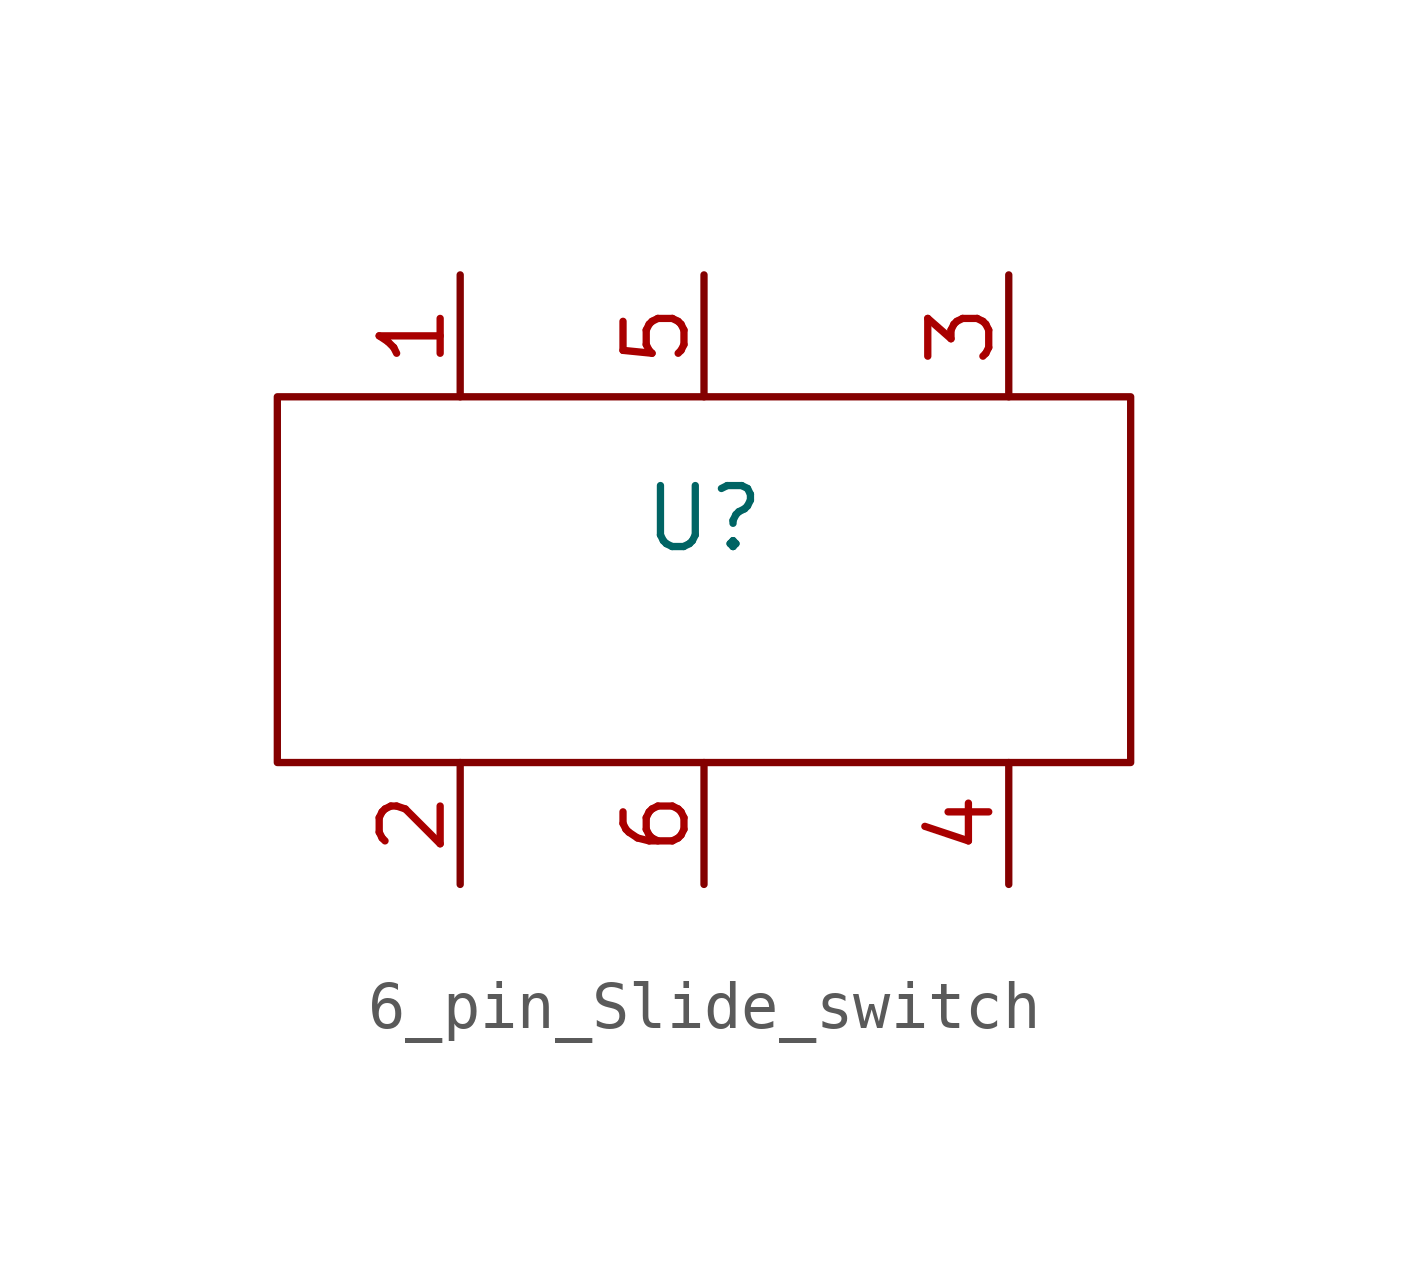
<source format=kicad_sym>
(kicad_symbol_lib
  (version 20231120)
  (generator "kicad_symbol_editor")
  (generator_version "8.0")
  (symbol "6_pin_Slide_switch"
    (property "Reference" "U"
      (at 0 0 0)
      (effects (font (size 1.27 1.27))))
    (property "Value" ""
      (at 0 0 0)
      (effects (font (size 1.27 1.27))))
    (symbol "6_pin_Slide_switch_0_1"
      (rectangle (start -8.89 2.54) (end 8.89 -5.08) (stroke (width 0) (type default)) (fill (type none))))
    (symbol "6_pin_Slide_switch_1_1"
      (pin input line (at -5.08 5.08 270) (length 2.54) (name "" (effects (font (size 1.27 1.27)))) (number "1" (effects (font (size 1.27 1.27)))))
      (pin input line (at -5.08 -7.62 90) (length 2.54) (name "" (effects (font (size 1.27 1.27)))) (number "2" (effects (font (size 1.27 1.27)))))
      (pin input line (at 6.35 5.08 270) (length 2.54) (name "" (effects (font (size 1.27 1.27)))) (number "3" (effects (font (size 1.27 1.27)))))
      (pin input line (at 6.35 -7.62 90) (length 2.54) (name "" (effects (font (size 1.27 1.27)))) (number "4" (effects (font (size 1.27 1.27)))))
      (pin input line (at 0 5.08 270) (length 2.54) (name "" (effects (font (size 1.27 1.27)))) (number "5" (effects (font (size 1.27 1.27)))))
      (pin input line (at 0 -7.62 90) (length 2.54) (name "" (effects (font (size 1.27 1.27)))) (number "6" (effects (font (size 1.27 1.27))))))))
</source>
